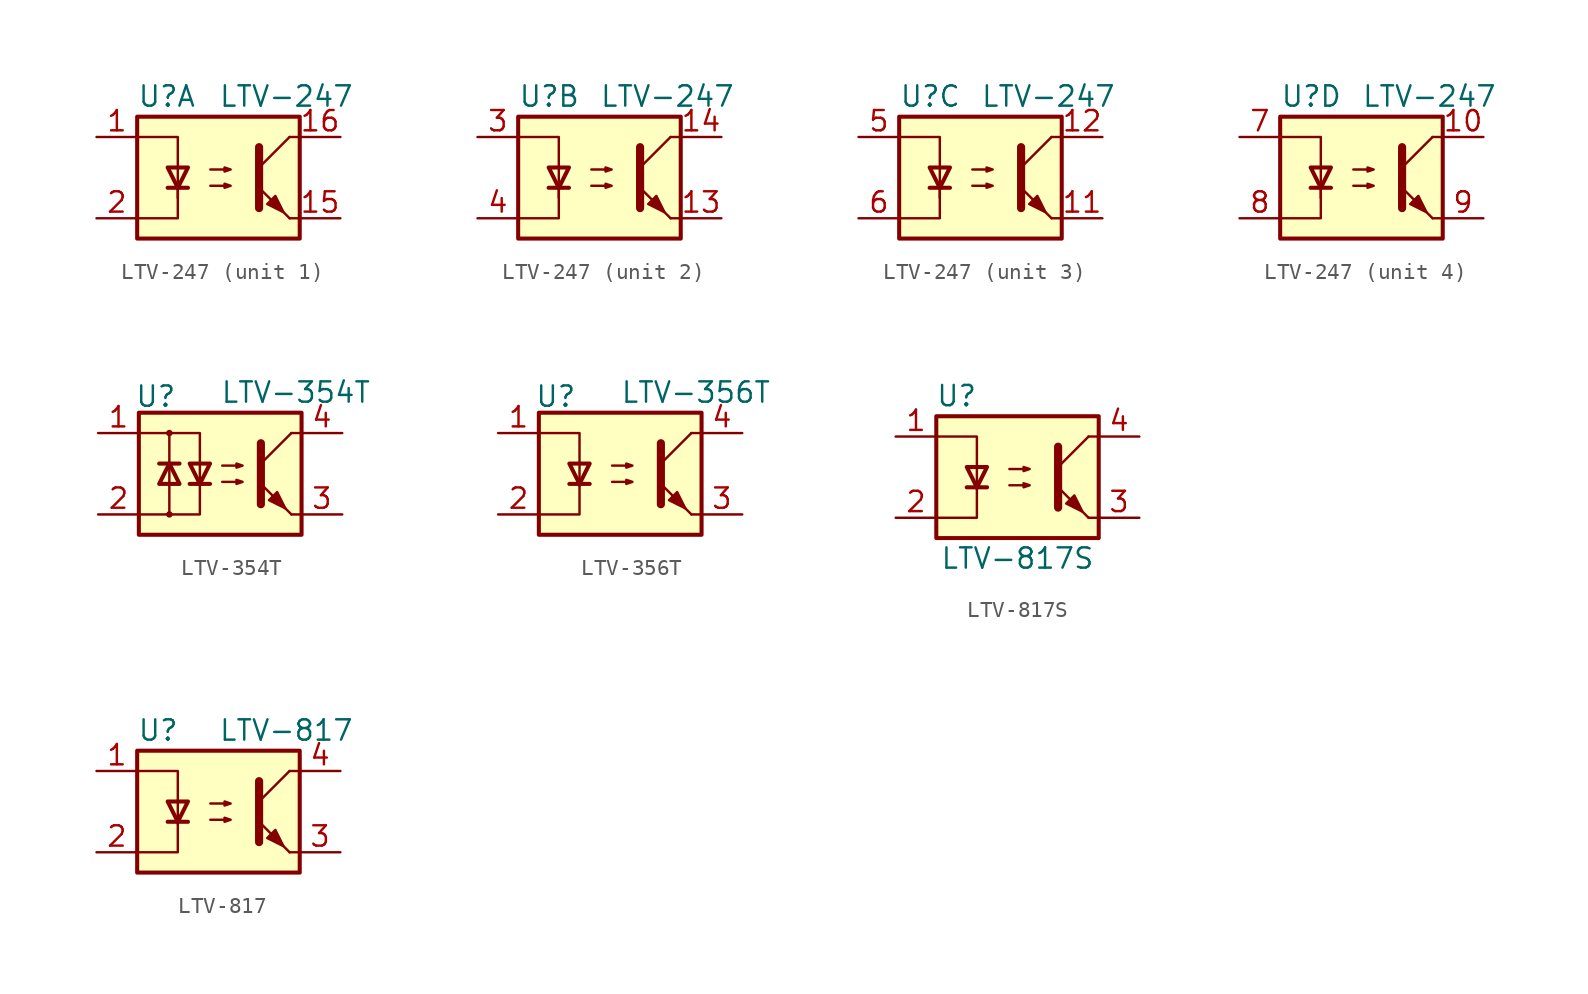
<source format=kicad_sym>
(kicad_symbol_lib
  (version 20201005)
  (generator kicad_symbol_editor)
  (symbol "Isolator_Optocoupler:LTV-247"
    (property "Reference" "U"
      (at -5.08 5.08 0)
      (effects (font (size 1.27 1.27)) (justify left)))
    (property "Value" "LTV-247"
      (at 0 5.08 0)
      (effects (font (size 1.27 1.27)) (justify left)))
    (symbol "LTV-247_0_1"
      (rectangle (start -5.08 3.81) (end 5.08 -3.81) (stroke (width 0.254)) (fill (type background)))
      (polyline (pts (xy -3.175 -0.635) (xy -1.905 -0.635)) (stroke (width 0.254)) (fill (type none)))
      (polyline (pts (xy 2.54 0.635) (xy 4.445 2.54)) (stroke (width 0)) (fill (type none)))
      (polyline (pts (xy 4.445 -2.54) (xy 5.08 -2.54)) (stroke (width 0)) (fill (type none)))
      (polyline (pts (xy 4.445 2.54) (xy 5.08 2.54)) (stroke (width 0)) (fill (type none)))
      (polyline (pts (xy -2.54 -0.635) (xy -2.54 -2.54) (xy -5.08 -2.54)) (stroke (width 0)) (fill (type none)))
      (polyline (pts (xy 2.54 1.905) (xy 2.54 -1.905) (xy 2.54 -1.905)) (stroke (width 0.508)) (fill (type none)))
      (polyline (pts (xy -5.08 2.54) (xy -2.54 2.54) (xy -2.54 -1.27) (xy -2.54 0.635)) (stroke (width 0)) (fill (type none)))
      (polyline (pts (xy -2.54 -0.635) (xy -3.175 0.635) (xy -1.905 0.635) (xy -2.54 -0.635)) (stroke (width 0.254)) (fill (type none)))
      (polyline (pts (xy -0.508 -0.508) (xy 0.762 -0.508) (xy 0.381 -0.635) (xy 0.381 -0.381) (xy 0.762 -0.508)) (stroke (width 0)) (fill (type none)))
      (polyline (pts (xy -0.508 0.508) (xy 0.762 0.508) (xy 0.381 0.381) (xy 0.381 0.635) (xy 0.762 0.508)) (stroke (width 0)) (fill (type none)))
      (polyline (pts (xy 4.445 -2.54) (xy 2.54 -0.635)) (stroke (width 0)) (fill (type outline)))
      (polyline (pts (xy 3.048 -1.651) (xy 3.556 -1.143) (xy 4.064 -2.159) (xy 3.048 -1.651) (xy 3.048 -1.651)) (stroke (width 0)) (fill (type outline))))
    (symbol "LTV-247_1_1"
      (pin passive line (at -7.62 2.54 0) (length 2.54) (name "~" (effects (font (size 1.27 1.27)))) (number "1" (effects (font (size 1.27 1.27)))))
      (pin passive line (at 7.62 -2.54 180) (length 2.54) (name "~" (effects (font (size 1.27 1.27)))) (number "15" (effects (font (size 1.27 1.27)))))
      (pin passive line (at 7.62 2.54 180) (length 2.54) (name "~" (effects (font (size 1.27 1.27)))) (number "16" (effects (font (size 1.27 1.27)))))
      (pin passive line (at -7.62 -2.54 0) (length 2.54) (name "~" (effects (font (size 1.27 1.27)))) (number "2" (effects (font (size 1.27 1.27))))))
    (symbol "LTV-247_2_1"
      (pin passive line (at 7.62 -2.54 180) (length 2.54) (name "~" (effects (font (size 1.27 1.27)))) (number "13" (effects (font (size 1.27 1.27)))))
      (pin passive line (at 7.62 2.54 180) (length 2.54) (name "~" (effects (font (size 1.27 1.27)))) (number "14" (effects (font (size 1.27 1.27)))))
      (pin passive line (at -7.62 2.54 0) (length 2.54) (name "~" (effects (font (size 1.27 1.27)))) (number "3" (effects (font (size 1.27 1.27)))))
      (pin passive line (at -7.62 -2.54 0) (length 2.54) (name "~" (effects (font (size 1.27 1.27)))) (number "4" (effects (font (size 1.27 1.27))))))
    (symbol "LTV-247_3_1"
      (pin passive line (at 7.62 -2.54 180) (length 2.54) (name "~" (effects (font (size 1.27 1.27)))) (number "11" (effects (font (size 1.27 1.27)))))
      (pin passive line (at 7.62 2.54 180) (length 2.54) (name "~" (effects (font (size 1.27 1.27)))) (number "12" (effects (font (size 1.27 1.27)))))
      (pin passive line (at -7.62 2.54 0) (length 2.54) (name "~" (effects (font (size 1.27 1.27)))) (number "5" (effects (font (size 1.27 1.27)))))
      (pin passive line (at -7.62 -2.54 0) (length 2.54) (name "~" (effects (font (size 1.27 1.27)))) (number "6" (effects (font (size 1.27 1.27))))))
    (symbol "LTV-247_4_1"
      (pin passive line (at 7.62 2.54 180) (length 2.54) (name "~" (effects (font (size 1.27 1.27)))) (number "10" (effects (font (size 1.27 1.27)))))
      (pin passive line (at -7.62 2.54 0) (length 2.54) (name "~" (effects (font (size 1.27 1.27)))) (number "7" (effects (font (size 1.27 1.27)))))
      (pin passive line (at -7.62 -2.54 0) (length 2.54) (name "~" (effects (font (size 1.27 1.27)))) (number "8" (effects (font (size 1.27 1.27)))))
      (pin passive line (at 7.62 -2.54 180) (length 2.54) (name "~" (effects (font (size 1.27 1.27)))) (number "9" (effects (font (size 1.27 1.27)))))))
  (symbol "Isolator_Optocoupler:LTV-354T"
    (pin_names
      (offset 1.016))
    (property "Reference" "U"
      (at -5.334 4.826 0)
      (effects (font (size 1.27 1.27)) (justify left)))
    (property "Value" "LTV-354T"
      (at 0 5.08 0)
      (effects (font (size 1.27 1.27)) (justify left)))
    (symbol "LTV-354T_0_1"
      (circle (center -3.175 -2.54) (radius 0.127) (stroke (width 0)) (fill (type none)))
      (circle (center -3.175 2.54) (radius 0.127) (stroke (width 0)) (fill (type none)))
      (rectangle (start -5.08 3.81) (end 5.08 -3.81) (stroke (width 0.254)) (fill (type background)))
      (polyline (pts (xy -3.81 0.635) (xy -2.54 0.635)) (stroke (width 0.254)) (fill (type none)))
      (polyline (pts (xy -3.175 -0.635) (xy -3.175 -2.54)) (stroke (width 0)) (fill (type none)))
      (polyline (pts (xy -3.175 -0.635) (xy -3.175 2.54)) (stroke (width 0)) (fill (type none)))
      (polyline (pts (xy -1.905 -0.635) (xy -0.635 -0.635)) (stroke (width 0.254)) (fill (type none)))
      (polyline (pts (xy 2.54 0.635) (xy 4.445 2.54)) (stroke (width 0)) (fill (type none)))
      (polyline (pts (xy 4.445 -2.54) (xy 5.08 -2.54)) (stroke (width 0)) (fill (type none)))
      (polyline (pts (xy 4.445 2.54) (xy 5.08 2.54)) (stroke (width 0)) (fill (type none)))
      (polyline (pts (xy -5.08 2.54) (xy -1.27 2.54) (xy -1.27 -0.635)) (stroke (width 0)) (fill (type none)))
      (polyline (pts (xy -1.27 -0.635) (xy -1.27 -2.54) (xy -5.08 -2.54)) (stroke (width 0)) (fill (type none)))
      (polyline (pts (xy 2.54 1.905) (xy 2.54 -1.905) (xy 2.54 -1.905)) (stroke (width 0.508)) (fill (type none)))
      (polyline (pts (xy -3.175 0.635) (xy -3.81 -0.635) (xy -2.54 -0.635) (xy -3.175 0.635)) (stroke (width 0.254)) (fill (type none)))
      (polyline (pts (xy -1.27 -0.635) (xy -1.905 0.635) (xy -0.635 0.635) (xy -1.27 -0.635)) (stroke (width 0.254)) (fill (type none)))
      (polyline (pts (xy 0.127 -0.508) (xy 1.397 -0.508) (xy 1.016 -0.635) (xy 1.016 -0.381) (xy 1.397 -0.508)) (stroke (width 0)) (fill (type none)))
      (polyline (pts (xy 0.127 0.508) (xy 1.397 0.508) (xy 1.016 0.381) (xy 1.016 0.635) (xy 1.397 0.508)) (stroke (width 0)) (fill (type none)))
      (polyline (pts (xy 4.445 -2.54) (xy 2.54 -0.635)) (stroke (width 0)) (fill (type outline)))
      (polyline (pts (xy 3.048 -1.651) (xy 3.556 -1.143) (xy 4.064 -2.159) (xy 3.048 -1.651) (xy 3.048 -1.651)) (stroke (width 0)) (fill (type outline))))
    (symbol "LTV-354T_1_1"
      (pin passive line (at -7.62 2.54 0) (length 2.54) (name "~" (effects (font (size 1.27 1.27)))) (number "1" (effects (font (size 1.27 1.27)))))
      (pin passive line (at -7.62 -2.54 0) (length 2.54) (name "~" (effects (font (size 1.27 1.27)))) (number "2" (effects (font (size 1.27 1.27)))))
      (pin passive line (at 7.62 -2.54 180) (length 2.54) (name "~" (effects (font (size 1.27 1.27)))) (number "3" (effects (font (size 1.27 1.27)))))
      (pin passive line (at 7.62 2.54 180) (length 2.54) (name "~" (effects (font (size 1.27 1.27)))) (number "4" (effects (font (size 1.27 1.27)))))))
  (symbol "Isolator_Optocoupler:LTV-356T"
    (property "Reference" "U"
      (at -5.334 4.826 0)
      (effects (font (size 1.27 1.27)) (justify left)))
    (property "Value" "LTV-356T"
      (at 0 5.08 0)
      (effects (font (size 1.27 1.27)) (justify left)))
    (symbol "LTV-356T_0_1"
      (rectangle (start -5.08 3.81) (end 5.08 -3.81) (stroke (width 0.254)) (fill (type background)))
      (polyline (pts (xy -3.175 -0.635) (xy -1.905 -0.635)) (stroke (width 0.254)) (fill (type none)))
      (polyline (pts (xy 2.54 0.635) (xy 4.445 2.54)) (stroke (width 0)) (fill (type none)))
      (polyline (pts (xy 4.445 -2.54) (xy 5.08 -2.54)) (stroke (width 0)) (fill (type none)))
      (polyline (pts (xy 4.445 2.54) (xy 5.08 2.54)) (stroke (width 0)) (fill (type none)))
      (polyline (pts (xy -5.08 2.54) (xy -2.54 2.54) (xy -2.54 -0.762)) (stroke (width 0)) (fill (type none)))
      (polyline (pts (xy -2.54 -0.635) (xy -2.54 -2.54) (xy -5.08 -2.54)) (stroke (width 0)) (fill (type none)))
      (polyline (pts (xy 2.54 1.905) (xy 2.54 -1.905) (xy 2.54 -1.905)) (stroke (width 0.508)) (fill (type none)))
      (polyline (pts (xy -2.54 -0.635) (xy -3.175 0.635) (xy -1.905 0.635) (xy -2.54 -0.635)) (stroke (width 0.254)) (fill (type none)))
      (polyline (pts (xy -0.508 -0.508) (xy 0.762 -0.508) (xy 0.381 -0.635) (xy 0.381 -0.381) (xy 0.762 -0.508)) (stroke (width 0)) (fill (type none)))
      (polyline (pts (xy -0.508 0.508) (xy 0.762 0.508) (xy 0.381 0.381) (xy 0.381 0.635) (xy 0.762 0.508)) (stroke (width 0)) (fill (type none)))
      (polyline (pts (xy 4.445 -2.54) (xy 2.54 -0.635)) (stroke (width 0)) (fill (type outline)))
      (polyline (pts (xy 3.048 -1.651) (xy 3.556 -1.143) (xy 4.064 -2.159) (xy 3.048 -1.651) (xy 3.048 -1.651)) (stroke (width 0)) (fill (type outline))))
    (symbol "LTV-356T_1_1"
      (pin passive line (at -7.62 2.54 0) (length 2.54) (name "~" (effects (font (size 1.27 1.27)))) (number "1" (effects (font (size 1.27 1.27)))))
      (pin passive line (at -7.62 -2.54 0) (length 2.54) (name "~" (effects (font (size 1.27 1.27)))) (number "2" (effects (font (size 1.27 1.27)))))
      (pin passive line (at 7.62 -2.54 180) (length 2.54) (name "~" (effects (font (size 1.27 1.27)))) (number "3" (effects (font (size 1.27 1.27)))))
      (pin passive line (at 7.62 2.54 180) (length 2.54) (name "~" (effects (font (size 1.27 1.27)))) (number "4" (effects (font (size 1.27 1.27)))))))
  (symbol "Isolator_Optocoupler:LTV-817S"
    (pin_names
      (offset 1.016))
    (property "Reference" "U"
      (at -3.81 5.08 0)
      (effects (font (size 1.27 1.27))))
    (property "Value" "LTV-817S"
      (at 0 -5.08 0)
      (effects (font (size 1.27 1.27))))
    (symbol "LTV-817S_1_1"
      (rectangle (start -5.08 3.81) (end 5.08 -3.81) (stroke (width 0.254)) (fill (type background)))
      (polyline (pts (xy -3.175 -0.635) (xy -1.905 -0.635)) (stroke (width 0.254)) (fill (type none)))
      (polyline (pts (xy 2.54 0.635) (xy 4.445 2.54)) (stroke (width 0)) (fill (type none)))
      (polyline (pts (xy 4.445 -2.54) (xy 5.08 -2.54)) (stroke (width 0)) (fill (type none)))
      (polyline (pts (xy 4.445 2.54) (xy 5.08 2.54)) (stroke (width 0)) (fill (type none)))
      (polyline (pts (xy -5.08 2.54) (xy -2.54 2.54) (xy -2.54 -0.762)) (stroke (width 0)) (fill (type none)))
      (polyline (pts (xy -2.54 -0.635) (xy -2.54 -2.54) (xy -5.08 -2.54)) (stroke (width 0)) (fill (type none)))
      (polyline (pts (xy 2.54 1.905) (xy 2.54 -1.905) (xy 2.54 -1.905)) (stroke (width 0.508)) (fill (type none)))
      (polyline (pts (xy -2.54 -0.635) (xy -3.175 0.635) (xy -1.905 0.635) (xy -2.54 -0.635)) (stroke (width 0.254)) (fill (type none)))
      (polyline (pts (xy -0.508 -0.508) (xy 0.762 -0.508) (xy 0.381 -0.635) (xy 0.381 -0.381) (xy 0.762 -0.508)) (stroke (width 0)) (fill (type none)))
      (polyline (pts (xy -0.508 0.508) (xy 0.762 0.508) (xy 0.381 0.381) (xy 0.381 0.635) (xy 0.762 0.508)) (stroke (width 0)) (fill (type none)))
      (polyline (pts (xy 4.445 -2.54) (xy 2.54 -0.635)) (stroke (width 0)) (fill (type outline)))
      (polyline (pts (xy 3.048 -1.651) (xy 3.556 -1.143) (xy 4.064 -2.159) (xy 3.048 -1.651) (xy 3.048 -1.651)) (stroke (width 0)) (fill (type outline)))
      (pin passive line (at -7.62 2.54 0) (length 2.54) (name "~" (effects (font (size 1.27 1.27)))) (number "1" (effects (font (size 1.27 1.27)))))
      (pin passive line (at -7.62 -2.54 0) (length 2.54) (name "~" (effects (font (size 1.27 1.27)))) (number "2" (effects (font (size 1.27 1.27)))))
      (pin passive line (at 7.62 -2.54 180) (length 2.54) (name "~" (effects (font (size 1.27 1.27)))) (number "3" (effects (font (size 1.27 1.27)))))
      (pin passive line (at 7.62 2.54 180) (length 2.54) (name "~" (effects (font (size 1.27 1.27)))) (number "4" (effects (font (size 1.27 1.27)))))))
  (symbol "Isolator_Optocoupler:LTV-817"
    (pin_names
      (offset 1.016))
    (property "Reference" "U"
      (at -5.08 5.08 0)
      (effects (font (size 1.27 1.27)) (justify left)))
    (property "Value" "LTV-817"
      (at 0 5.08 0)
      (effects (font (size 1.27 1.27)) (justify left)))
    (symbol "LTV-817_0_1"
      (rectangle (start -5.08 3.81) (end 5.08 -3.81) (stroke (width 0.254)) (fill (type background)))
      (polyline (pts (xy -3.175 -0.635) (xy -1.905 -0.635)) (stroke (width 0.254)) (fill (type none)))
      (polyline (pts (xy 2.54 0.635) (xy 4.445 2.54)) (stroke (width 0)) (fill (type none)))
      (polyline (pts (xy 4.445 -2.54) (xy 5.08 -2.54)) (stroke (width 0)) (fill (type none)))
      (polyline (pts (xy 4.445 2.54) (xy 5.08 2.54)) (stroke (width 0)) (fill (type none)))
      (polyline (pts (xy -5.08 2.54) (xy -2.54 2.54) (xy -2.54 -0.762)) (stroke (width 0)) (fill (type none)))
      (polyline (pts (xy -2.54 -0.635) (xy -2.54 -2.54) (xy -5.08 -2.54)) (stroke (width 0)) (fill (type none)))
      (polyline (pts (xy 2.54 1.905) (xy 2.54 -1.905) (xy 2.54 -1.905)) (stroke (width 0.508)) (fill (type none)))
      (polyline (pts (xy -2.54 -0.635) (xy -3.175 0.635) (xy -1.905 0.635) (xy -2.54 -0.635)) (stroke (width 0.254)) (fill (type none)))
      (polyline (pts (xy -0.508 -0.508) (xy 0.762 -0.508) (xy 0.381 -0.635) (xy 0.381 -0.381) (xy 0.762 -0.508)) (stroke (width 0)) (fill (type none)))
      (polyline (pts (xy -0.508 0.508) (xy 0.762 0.508) (xy 0.381 0.381) (xy 0.381 0.635) (xy 0.762 0.508)) (stroke (width 0)) (fill (type none)))
      (polyline (pts (xy 4.445 -2.54) (xy 2.54 -0.635)) (stroke (width 0)) (fill (type outline)))
      (polyline (pts (xy 3.048 -1.651) (xy 3.556 -1.143) (xy 4.064 -2.159) (xy 3.048 -1.651) (xy 3.048 -1.651)) (stroke (width 0)) (fill (type outline))))
    (symbol "LTV-817_1_1"
      (pin passive line (at -7.62 2.54 0) (length 2.54) (name "~" (effects (font (size 1.27 1.27)))) (number "1" (effects (font (size 1.27 1.27)))))
      (pin passive line (at -7.62 -2.54 0) (length 2.54) (name "~" (effects (font (size 1.27 1.27)))) (number "2" (effects (font (size 1.27 1.27)))))
      (pin passive line (at 7.62 -2.54 180) (length 2.54) (name "~" (effects (font (size 1.27 1.27)))) (number "3" (effects (font (size 1.27 1.27)))))
      (pin passive line (at 7.62 2.54 180) (length 2.54) (name "~" (effects (font (size 1.27 1.27)))) (number "4" (effects (font (size 1.27 1.27))))))))
</source>
